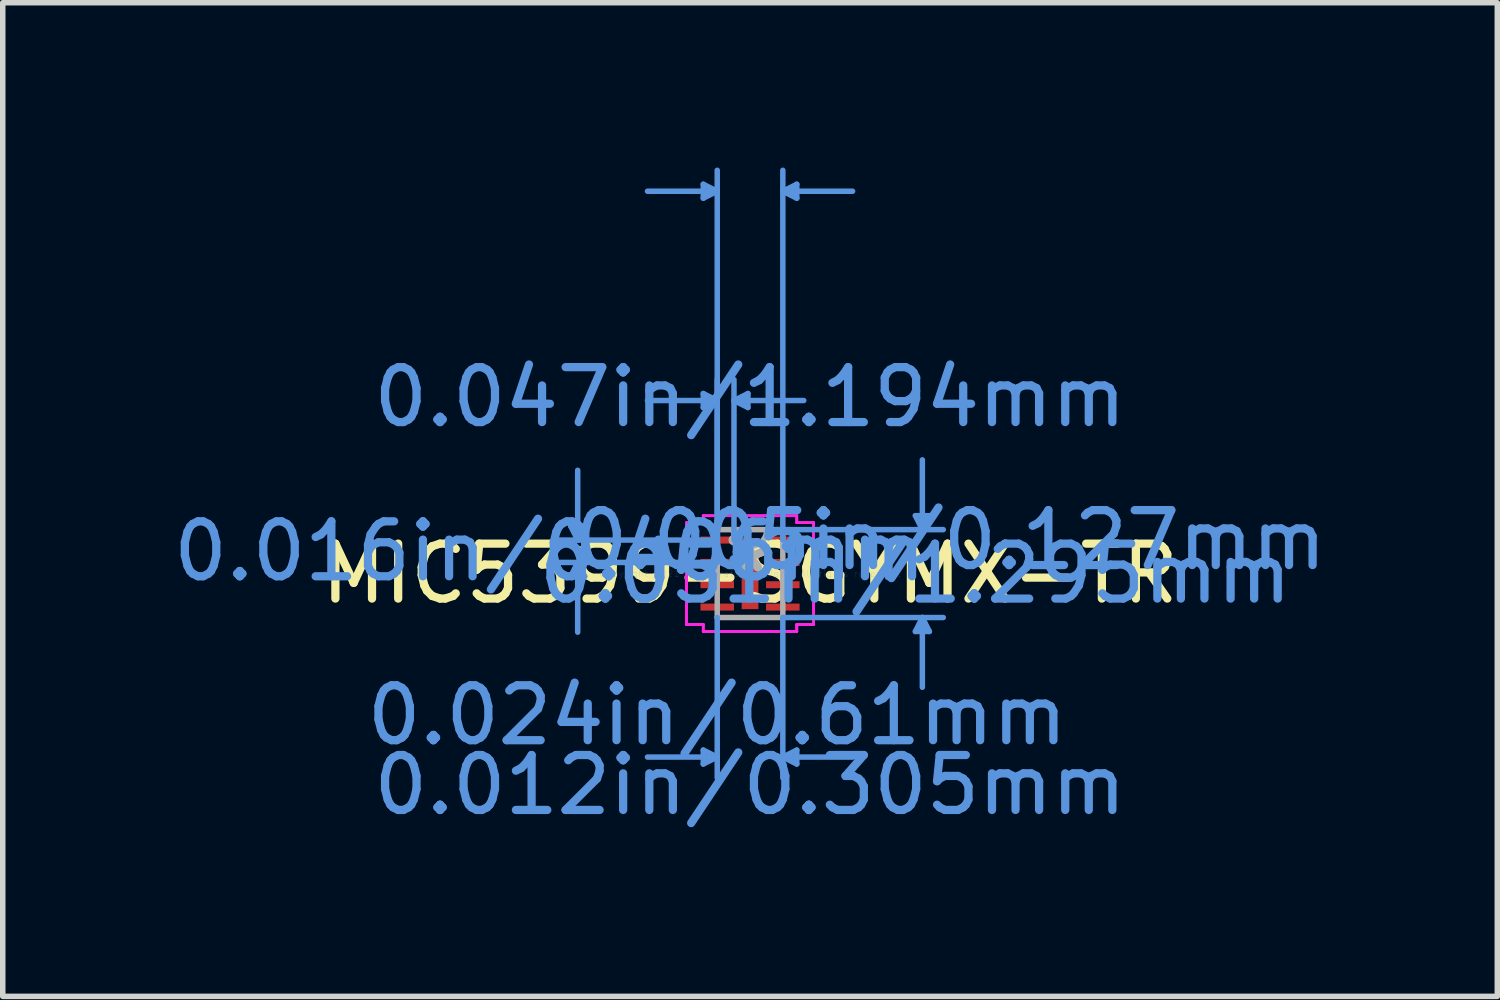
<source format=kicad_pcb>
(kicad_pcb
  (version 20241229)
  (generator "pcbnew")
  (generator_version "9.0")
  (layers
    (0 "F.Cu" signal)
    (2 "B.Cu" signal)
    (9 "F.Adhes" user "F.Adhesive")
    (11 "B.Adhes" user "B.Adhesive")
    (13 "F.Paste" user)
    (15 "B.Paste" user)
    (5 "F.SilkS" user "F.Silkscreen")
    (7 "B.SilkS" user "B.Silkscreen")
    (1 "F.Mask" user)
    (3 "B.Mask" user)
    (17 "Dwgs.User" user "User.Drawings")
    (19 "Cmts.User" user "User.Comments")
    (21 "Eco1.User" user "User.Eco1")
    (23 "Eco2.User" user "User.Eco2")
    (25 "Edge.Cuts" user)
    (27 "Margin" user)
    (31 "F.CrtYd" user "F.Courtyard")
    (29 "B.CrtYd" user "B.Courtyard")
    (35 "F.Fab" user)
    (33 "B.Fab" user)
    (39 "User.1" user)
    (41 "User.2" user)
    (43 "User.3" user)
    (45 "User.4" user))
  (footprint "MIC5399-SGYMX-TR"
    (layer "F.Cu")
    (at 10.603 7.391)
    (property "Reference" "MIC5399-SGYMX-TR" (at 0 0 0) (layer "F.SilkS") (effects (font (size 1 1) (thickness 0.15))))
    (attr through_hole)
    (fp_line (start -3.264 -0.864) (end -3.01 -0.864) (stroke (width 0.1) (type solid)) (layer "Cmts.User"))
    (fp_line (start -3.264 0.051) (end -3.01 0.051) (stroke (width 0.1) (type solid)) (layer "Cmts.User"))
    (fp_line (start -3.137 -0.61) (end -3.264 -0.864) (stroke (width 0.1) (type solid)) (layer "Cmts.User"))
    (fp_line (start -3.137 -0.61) (end -3.137 -1.88) (stroke (width 0.1) (type solid)) (layer "Cmts.User"))
    (fp_line (start -3.137 -0.61) (end -3.01 -0.864) (stroke (width 0.1) (type solid)) (layer "Cmts.User"))
    (fp_line (start -3.137 -0.203) (end -3.264 0.051) (stroke (width 0.1) (type solid)) (layer "Cmts.User"))
    (fp_line (start -3.137 -0.203) (end -3.137 1.067) (stroke (width 0.1) (type solid)) (layer "Cmts.User"))
    (fp_line (start -3.137 -0.203) (end -3.01 0.051) (stroke (width 0.1) (type solid)) (layer "Cmts.User"))
    (fp_line (start -0.851 -7.087) (end -0.851 -6.833) (stroke (width 0.1) (type solid)) (layer "Cmts.User"))
    (fp_line (start -0.851 -3.277) (end -0.851 -3.023) (stroke (width 0.1) (type solid)) (layer "Cmts.User"))
    (fp_line (start -0.851 3.213) (end -0.851 3.467) (stroke (width 0.1) (type solid)) (layer "Cmts.User"))
    (fp_line (start -0.597 -6.96) (end -1.867 -6.96) (stroke (width 0.1) (type solid)) (layer "Cmts.User"))
    (fp_line (start -0.597 -6.96) (end -0.851 -7.087) (stroke (width 0.1) (type solid)) (layer "Cmts.User"))
    (fp_line (start -0.597 -6.96) (end -0.851 -6.833) (stroke (width 0.1) (type solid)) (layer "Cmts.User"))
    (fp_line (start -0.597 -3.15) (end -1.867 -3.15) (stroke (width 0.1) (type solid)) (layer "Cmts.User"))
    (fp_line (start -0.597 -3.15) (end -0.851 -3.277) (stroke (width 0.1) (type solid)) (layer "Cmts.User"))
    (fp_line (start -0.597 -3.15) (end -0.851 -3.023) (stroke (width 0.1) (type solid)) (layer "Cmts.User"))
    (fp_line (start -0.597 -0.61) (end -3.518 -0.61) (stroke (width 0.1) (type solid)) (layer "Cmts.User"))
    (fp_line (start -0.597 -0.61) (end -0.597 -7.341) (stroke (width 0.1) (type solid)) (layer "Cmts.User"))
    (fp_line (start -0.597 -0.61) (end -0.597 -3.531) (stroke (width 0.1) (type solid)) (layer "Cmts.User"))
    (fp_line (start -0.597 -0.203) (end -3.518 -0.203) (stroke (width 0.1) (type solid)) (layer "Cmts.User"))
    (fp_line (start -0.597 0.8) (end -0.597 3.721) (stroke (width 0.1) (type solid)) (layer "Cmts.User"))
    (fp_line (start -0.597 3.34) (end -1.867 3.34) (stroke (width 0.1) (type solid)) (layer "Cmts.User"))
    (fp_line (start -0.597 3.34) (end -0.851 3.213) (stroke (width 0.1) (type solid)) (layer "Cmts.User"))
    (fp_line (start -0.597 3.34) (end -0.851 3.467) (stroke (width 0.1) (type solid)) (layer "Cmts.User"))
    (fp_line (start -0.292 -3.15) (end -0.038 -3.277) (stroke (width 0.1) (type solid)) (layer "Cmts.User"))
    (fp_line (start -0.292 -3.15) (end -0.038 -3.023) (stroke (width 0.1) (type solid)) (layer "Cmts.User"))
    (fp_line (start -0.292 -3.15) (end 0.978 -3.15) (stroke (width 0.1) (type solid)) (layer "Cmts.User"))
    (fp_line (start -0.292 -0.61) (end -0.292 -3.531) (stroke (width 0.1) (type solid)) (layer "Cmts.User"))
    (fp_line (start -0.038 -3.277) (end -0.038 -3.023) (stroke (width 0.1) (type solid)) (layer "Cmts.User"))
    (fp_line (start 0.597 -6.96) (end 0.851 -7.087) (stroke (width 0.1) (type solid)) (layer "Cmts.User"))
    (fp_line (start 0.597 -6.96) (end 0.851 -6.833) (stroke (width 0.1) (type solid)) (layer "Cmts.User"))
    (fp_line (start 0.597 -6.96) (end 1.867 -6.96) (stroke (width 0.1) (type solid)) (layer "Cmts.User"))
    (fp_line (start 0.597 -0.8) (end 3.518 -0.8) (stroke (width 0.1) (type solid)) (layer "Cmts.User"))
    (fp_line (start 0.597 -0.61) (end 0.597 -7.341) (stroke (width 0.1) (type solid)) (layer "Cmts.User"))
    (fp_line (start 0.597 0.8) (end 0.597 3.721) (stroke (width 0.1) (type solid)) (layer "Cmts.User"))
    (fp_line (start 0.597 0.8) (end 3.518 0.8) (stroke (width 0.1) (type solid)) (layer "Cmts.User"))
    (fp_line (start 0.597 3.34) (end 0.851 3.213) (stroke (width 0.1) (type solid)) (layer "Cmts.User"))
    (fp_line (start 0.597 3.34) (end 0.851 3.467) (stroke (width 0.1) (type solid)) (layer "Cmts.User"))
    (fp_line (start 0.597 3.34) (end 1.867 3.34) (stroke (width 0.1) (type solid)) (layer "Cmts.User"))
    (fp_line (start 0.851 -7.087) (end 0.851 -6.833) (stroke (width 0.1) (type solid)) (layer "Cmts.User"))
    (fp_line (start 0.851 3.213) (end 0.851 3.467) (stroke (width 0.1) (type solid)) (layer "Cmts.User"))
    (fp_line (start 3.01 -1.054) (end 3.264 -1.054) (stroke (width 0.1) (type solid)) (layer "Cmts.User"))
    (fp_line (start 3.01 1.054) (end 3.264 1.054) (stroke (width 0.1) (type solid)) (layer "Cmts.User"))
    (fp_line (start 3.137 -0.8) (end 3.01 -1.054) (stroke (width 0.1) (type solid)) (layer "Cmts.User"))
    (fp_line (start 3.137 -0.8) (end 3.137 -2.07) (stroke (width 0.1) (type solid)) (layer "Cmts.User"))
    (fp_line (start 3.137 -0.8) (end 3.264 -1.054) (stroke (width 0.1) (type solid)) (layer "Cmts.User"))
    (fp_line (start 3.137 0.8) (end 3.01 1.054) (stroke (width 0.1) (type solid)) (layer "Cmts.User"))
    (fp_line (start 3.137 0.8) (end 3.137 2.07) (stroke (width 0.1) (type solid)) (layer "Cmts.User"))
    (fp_line (start 3.137 0.8) (end 3.264 1.054) (stroke (width 0.1) (type solid)) (layer "Cmts.User"))
    (fp_line (start -1.156 -0.927) (end -0.851 -0.927) (stroke (width 0.05) (type solid)) (layer "F.CrtYd"))
    (fp_line (start -1.156 -0.927) (end -0.851 -0.927) (stroke (width 0.05) (type solid)) (layer "F.CrtYd"))
    (fp_line (start -1.156 0.927) (end -1.156 -0.927) (stroke (width 0.05) (type solid)) (layer "F.CrtYd"))
    (fp_line (start -1.156 0.927) (end -1.156 -0.927) (stroke (width 0.05) (type solid)) (layer "F.CrtYd"))
    (fp_line (start -1.156 0.927) (end -0.851 0.927) (stroke (width 0.05) (type solid)) (layer "F.CrtYd"))
    (fp_line (start -0.851 -1.054) (end 0.851 -1.054) (stroke (width 0.05) (type solid)) (layer "F.CrtYd"))
    (fp_line (start -0.851 -1.054) (end 0.851 -1.054) (stroke (width 0.05) (type solid)) (layer "F.CrtYd"))
    (fp_line (start -0.851 -0.927) (end -0.851 -1.054) (stroke (width 0.05) (type solid)) (layer "F.CrtYd"))
    (fp_line (start -0.851 -0.927) (end -0.851 -1.054) (stroke (width 0.05) (type solid)) (layer "F.CrtYd"))
    (fp_line (start -0.851 0.927) (end -1.156 0.927) (stroke (width 0.05) (type solid)) (layer "F.CrtYd"))
    (fp_line (start -0.851 1.054) (end -0.851 0.927) (stroke (width 0.05) (type solid)) (layer "F.CrtYd"))
    (fp_line (start -0.851 1.054) (end -0.851 0.927) (stroke (width 0.05) (type solid)) (layer "F.CrtYd"))
    (fp_line (start 0.851 -1.054) (end 0.851 -0.927) (stroke (width 0.05) (type solid)) (layer "F.CrtYd"))
    (fp_line (start 0.851 -1.054) (end 0.851 -0.927) (stroke (width 0.05) (type solid)) (layer "F.CrtYd"))
    (fp_line (start 0.851 -0.927) (end 1.156 -0.927) (stroke (width 0.05) (type solid)) (layer "F.CrtYd"))
    (fp_line (start 0.851 0.927) (end 0.851 1.054) (stroke (width 0.05) (type solid)) (layer "F.CrtYd"))
    (fp_line (start 0.851 0.927) (end 0.851 1.054) (stroke (width 0.05) (type solid)) (layer "F.CrtYd"))
    (fp_line (start 0.851 1.054) (end -0.851 1.054) (stroke (width 0.05) (type solid)) (layer "F.CrtYd"))
    (fp_line (start 0.851 1.054) (end -0.851 1.054) (stroke (width 0.05) (type solid)) (layer "F.CrtYd"))
    (fp_line (start 1.156 -0.927) (end 0.851 -0.927) (stroke (width 0.05) (type solid)) (layer "F.CrtYd"))
    (fp_line (start 1.156 -0.927) (end 1.156 0.927) (stroke (width 0.05) (type solid)) (layer "F.CrtYd"))
    (fp_line (start 1.156 -0.927) (end 1.156 0.927) (stroke (width 0.05) (type solid)) (layer "F.CrtYd"))
    (fp_line (start 1.156 0.927) (end 0.851 0.927) (stroke (width 0.05) (type solid)) (layer "F.CrtYd"))
    (fp_line (start 1.156 0.927) (end 0.851 0.927) (stroke (width 0.05) (type solid)) (layer "F.CrtYd"))
    (fp_line (start -0.597 -0.8) (end -0.597 0.8) (stroke (width 0.1) (type solid)) (layer "F.Fab"))
    (fp_line (start -0.597 0.8) (end 0.597 0.8) (stroke (width 0.1) (type solid)) (layer "F.Fab"))
    (fp_line (start 0.597 -0.8) (end -0.597 -0.8) (stroke (width 0.1) (type solid)) (layer "F.Fab"))
    (fp_line (start 0.597 0.8) (end 0.597 -0.8) (stroke (width 0.1) (type solid)) (layer "F.Fab"))
    (fp_arc (start 0.3048 -0.8001) (mid 0 -0.4953) (end -0.3048 -0.8001) (stroke (width 0.1) (type solid)) (layer "F.Fab"))
    (fp_circle (center -0.292 -0.61) (end -0.292 -0.61) (stroke (width 0.1) (type solid)) (fill no) (layer "F.Fab"))
    (fp_text user "*" (at 0 0 0) (layer "F.SilkS") (effects (font (size 1 1) (thickness 0.15))))
    (fp_text user "0.051in/1.295mm" (at 3.01 0 0) (layer "Cmts.User") (effects (font (size 1 1) (thickness 0.15))))
    (fp_text user "0.005in/0.127mm" (at 3.645 -0.61 0) (layer "Cmts.User") (effects (font (size 1 1) (thickness 0.15))))
    (fp_text user "0.012in/0.305mm" (at 0 3.848 0) (layer "Cmts.User") (effects (font (size 1 1) (thickness 0.15))))
    (fp_text user "0.016in/0.406mm" (at -3.645 -0.406 0) (layer "Cmts.User") (effects (font (size 1 1) (thickness 0.15))))
    (fp_text user "Copyright 2021 Accelerated Designs. All rights reserved." (at 0 0 0) (layer "Cmts.User") (effects (font (size 0.127 0.127) (thickness 0.002))))
    (fp_text user "0.024in/0.61mm" (at -0.597 2.578 0) (layer "Cmts.User") (effects (font (size 1 1) (thickness 0.15))))
    (fp_text user "0.047in/1.194mm" (at 0 -3.213 0) (layer "Cmts.User") (effects (font (size 1 1) (thickness 0.15))))
    (fp_text user "*" (at 0 0 0) (layer "F.Fab") (effects (font (size 1 1) (thickness 0.15))))
    (pad "1" smd rect (at -0.597 -0.61) (size 0.61 0.127) (layers "F.Cu" "F.Mask" "F.Paste"))
    (pad "2" smd rect (at -0.597 -0.203) (size 0.61 0.127) (layers "F.Cu" "F.Mask" "F.Paste"))
    (pad "3" smd rect (at -0.597 0.203) (size 0.61 0.127) (layers "F.Cu" "F.Mask" "F.Paste"))
    (pad "4" smd rect (at -0.597 0.61) (size 0.61 0.127) (layers "F.Cu" "F.Mask" "F.Paste"))
    (pad "5" smd rect (at 0.597 0.61) (size 0.61 0.127) (layers "F.Cu" "F.Mask" "F.Paste"))
    (pad "6" smd rect (at 0.597 0.203) (size 0.61 0.127) (layers "F.Cu" "F.Mask" "F.Paste"))
    (pad "7" smd rect (at 0.597 -0.203) (size 0.61 0.127) (layers "F.Cu" "F.Mask" "F.Paste"))
    (pad "8" smd rect (at 0.597 -0.61) (size 0.61 0.127) (layers "F.Cu" "F.Mask" "F.Paste"))
    (pad "9" smd rect (at 0 0) (size 0.305 1.295) (layers "F.Cu" "F.Mask" "F.Paste")))
  (gr_rect
    (start -3 -3)
    (end 24.206 15.087)
    (stroke (width 0.1) (type default))
    (fill no)
    (layer "Edge.Cuts")))
</source>
